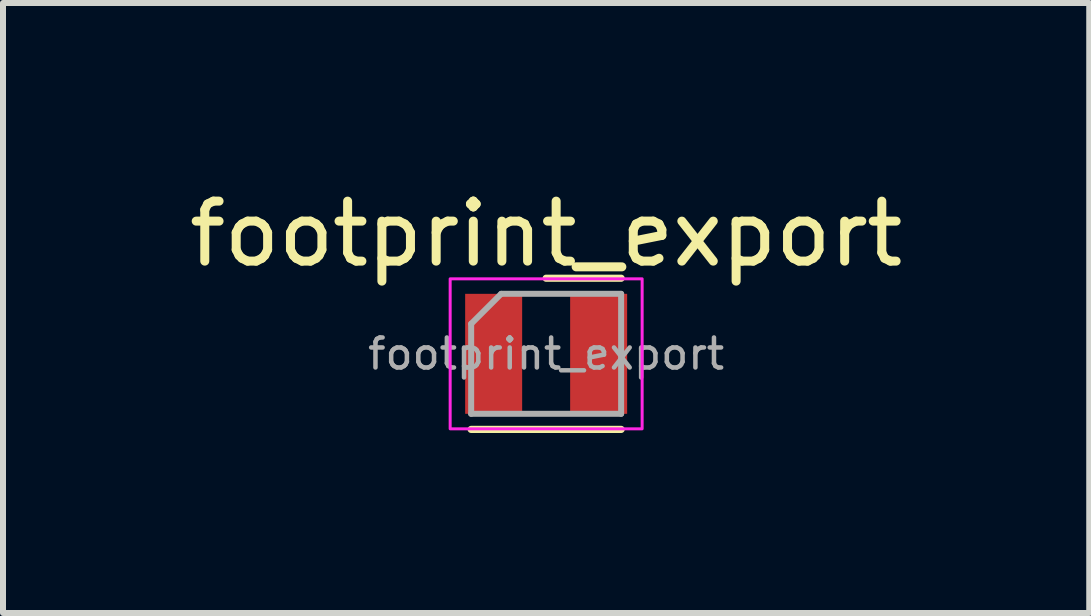
<source format=kicad_pcb>
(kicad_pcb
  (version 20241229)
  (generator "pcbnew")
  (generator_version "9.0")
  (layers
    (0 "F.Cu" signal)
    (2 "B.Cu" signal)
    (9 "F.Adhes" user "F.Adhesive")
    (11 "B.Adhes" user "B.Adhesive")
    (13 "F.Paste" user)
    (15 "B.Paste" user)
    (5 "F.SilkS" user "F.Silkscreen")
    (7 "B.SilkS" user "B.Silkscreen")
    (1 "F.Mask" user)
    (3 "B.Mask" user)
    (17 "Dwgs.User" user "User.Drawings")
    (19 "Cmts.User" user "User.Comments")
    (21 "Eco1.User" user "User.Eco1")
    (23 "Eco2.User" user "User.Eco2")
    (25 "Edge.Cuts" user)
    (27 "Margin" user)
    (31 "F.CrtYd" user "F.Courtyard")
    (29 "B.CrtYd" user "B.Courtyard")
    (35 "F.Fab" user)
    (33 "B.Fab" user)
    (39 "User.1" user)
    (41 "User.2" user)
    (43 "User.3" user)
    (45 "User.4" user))
  (footprint "footprint_export"
    (layer "F.Cu")
    (at 6.054 2.848)
    (property "Reference" "footprint_export" (at 0 -2 0) (unlocked yes) (layer "F.SilkS") (effects (font (size 1 1) (thickness 0.15))))
    (attr smd)
    (fp_line (start -1.25 1.26) (end 1.25 1.26) (stroke (width 0.12) (type solid)) (layer "F.SilkS"))
    (fp_line (start 0 -1.26) (end 1.25 -1.26) (stroke (width 0.12) (type solid)) (layer "F.SilkS"))
    (fp_rect (start -1.6 -1.25) (end 1.6 1.25) (stroke (width 0.05) (type solid)) (fill no) (layer "F.CrtYd"))
    (fp_line (start -1.25 -0.5) (end -1.25 1) (stroke (width 0.1) (type solid)) (layer "F.Fab"))
    (fp_line (start -1.25 1) (end 1.25 1) (stroke (width 0.1) (type solid)) (layer "F.Fab"))
    (fp_line (start -0.75 -1) (end -1.25 -0.5) (stroke (width 0.1) (type solid)) (layer "F.Fab"))
    (fp_line (start -0.75 -1) (end 1.25 -1) (stroke (width 0.1) (type solid)) (layer "F.Fab"))
    (fp_line (start 1.25 -1) (end 1.25 1) (stroke (width 0.1) (type solid)) (layer "F.Fab"))
    (fp_text user "${REFERENCE}" (at 0 0 0) (unlocked yes) (layer "F.Fab") (effects (font (size 0.5 0.5) (thickness 0.075))))
    (pad "1" smd rect (at -0.875 0) (size 0.95 2) (layers "F.Cu" "F.Mask" "F.Paste"))
    (pad "2" smd rect (at 0.875 0) (size 0.95 2) (layers "F.Cu" "F.Mask" "F.Paste")))
  (gr_rect
    (start -3 -3)
    (end 15.107 7.168)
    (stroke (width 0.1) (type default))
    (fill no)
    (layer "Edge.Cuts")))
</source>
